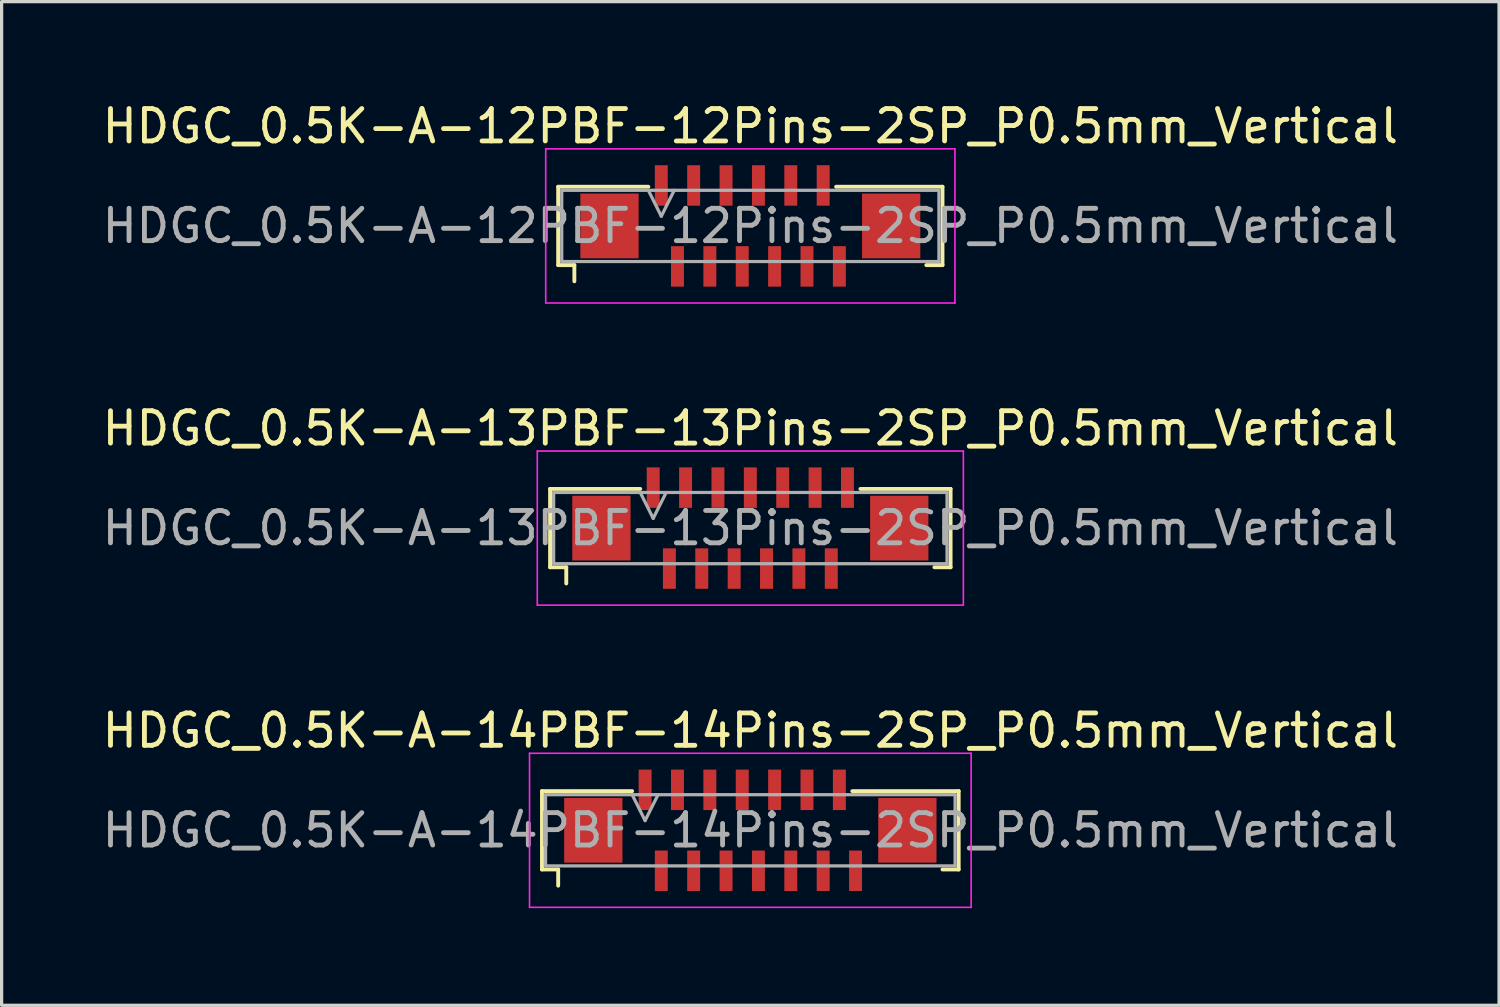
<source format=kicad_pcb>
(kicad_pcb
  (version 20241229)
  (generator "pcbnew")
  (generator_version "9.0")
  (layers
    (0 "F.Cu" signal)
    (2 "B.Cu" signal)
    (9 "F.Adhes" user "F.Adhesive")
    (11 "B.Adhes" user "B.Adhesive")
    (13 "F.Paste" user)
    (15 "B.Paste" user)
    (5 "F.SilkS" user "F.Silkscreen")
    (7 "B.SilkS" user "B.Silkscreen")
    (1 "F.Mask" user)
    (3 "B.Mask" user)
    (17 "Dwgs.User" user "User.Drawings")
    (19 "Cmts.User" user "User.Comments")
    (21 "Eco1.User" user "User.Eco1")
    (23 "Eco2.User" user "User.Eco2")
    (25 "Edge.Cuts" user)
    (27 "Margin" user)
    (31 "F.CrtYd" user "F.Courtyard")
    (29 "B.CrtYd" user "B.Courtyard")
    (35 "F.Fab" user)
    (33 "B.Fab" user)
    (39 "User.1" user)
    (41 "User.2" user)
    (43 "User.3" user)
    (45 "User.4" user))
  (footprint "HDGC_0.5K-A-14PBF-14Pins-2SP_P0.5mm_Vertical"
    (layer "F.Cu")
    (at 20.125 22.595)
    (property "Reference" "HDGC_0.5K-A-14PBF-14Pins-2SP_P0.5mm_Vertical" (at 0 -3.08 0) (layer "F.SilkS") (effects (font (size 1 1) (thickness 0.15))))
    (attr smd)
    (fp_line (start -6.435 -1.21) (end -3.65 -1.21) (stroke (width 0.12) (type solid)) (layer "F.SilkS"))
    (fp_line (start -6.435 1.21) (end -6.435 -1.21) (stroke (width 0.12) (type solid)) (layer "F.SilkS"))
    (fp_line (start -5.935 1.21) (end -6.435 1.21) (stroke (width 0.12) (type solid)) (layer "F.SilkS"))
    (fp_line (start -5.935 1.71) (end -5.935 1.21) (stroke (width 0.12) (type solid)) (layer "F.SilkS"))
    (fp_line (start 5.935 1.21) (end 6.435 1.21) (stroke (width 0.12) (type solid)) (layer "F.SilkS"))
    (fp_line (start 6.435 -1.21) (end 3.15 -1.21) (stroke (width 0.12) (type solid)) (layer "F.SilkS"))
    (fp_line (start 6.435 1.21) (end 6.435 -1.21) (stroke (width 0.12) (type solid)) (layer "F.SilkS"))
    (fp_line (start -6.82 -2.38) (end 6.82 -2.38) (stroke (width 0.05) (type solid)) (layer "F.CrtYd"))
    (fp_line (start -6.82 2.38) (end -6.82 -2.38) (stroke (width 0.05) (type solid)) (layer "F.CrtYd"))
    (fp_line (start 6.82 -2.38) (end 6.82 2.38) (stroke (width 0.05) (type solid)) (layer "F.CrtYd"))
    (fp_line (start 6.82 2.38) (end -6.82 2.38) (stroke (width 0.05) (type solid)) (layer "F.CrtYd"))
    (fp_line (start -6.325 -1.1) (end -6.325 1.1) (stroke (width 0.1) (type solid)) (layer "F.Fab"))
    (fp_line (start -6.325 1.1) (end 6.325 1.1) (stroke (width 0.1) (type solid)) (layer "F.Fab"))
    (fp_line (start -3.65 -1.1) (end -3.25 -0.3) (stroke (width 0.1) (type solid)) (layer "F.Fab"))
    (fp_line (start -3.25 -0.3) (end -2.85 -1.1) (stroke (width 0.1) (type solid)) (layer "F.Fab"))
    (fp_line (start 6.325 -1.1) (end -6.325 -1.1) (stroke (width 0.1) (type solid)) (layer "F.Fab"))
    (fp_line (start 6.325 1.1) (end 6.325 -1.1) (stroke (width 0.1) (type solid)) (layer "F.Fab"))
    (fp_text user "${REFERENCE}" (at 0 0 0) (layer "F.Fab") (effects (font (size 1 1) (thickness 0.15))))
    (pad "1" smd rect (at -3.25 -1.25) (size 0.4 1.25) (layers "F.Cu" "F.Mask" "F.Paste"))
    (pad "2" smd rect (at -2.75 1.25) (size 0.4 1.25) (layers "F.Cu" "F.Mask" "F.Paste"))
    (pad "3" smd rect (at -2.25 -1.25) (size 0.4 1.25) (layers "F.Cu" "F.Mask" "F.Paste"))
    (pad "4" smd rect (at -1.75 1.25) (size 0.4 1.25) (layers "F.Cu" "F.Mask" "F.Paste"))
    (pad "5" smd rect (at -1.25 -1.25) (size 0.4 1.25) (layers "F.Cu" "F.Mask" "F.Paste"))
    (pad "6" smd rect (at -0.75 1.25) (size 0.4 1.25) (layers "F.Cu" "F.Mask" "F.Paste"))
    (pad "7" smd rect (at -0.25 -1.25) (size 0.4 1.25) (layers "F.Cu" "F.Mask" "F.Paste"))
    (pad "8" smd rect (at 0.25 1.25) (size 0.4 1.25) (layers "F.Cu" "F.Mask" "F.Paste"))
    (pad "9" smd rect (at 0.75 -1.25) (size 0.4 1.25) (layers "F.Cu" "F.Mask" "F.Paste"))
    (pad "10" smd rect (at 1.25 1.25) (size 0.4 1.25) (layers "F.Cu" "F.Mask" "F.Paste"))
    (pad "11" smd rect (at 1.75 -1.25) (size 0.4 1.25) (layers "F.Cu" "F.Mask" "F.Paste"))
    (pad "12" smd rect (at 2.25 1.25) (size 0.4 1.25) (layers "F.Cu" "F.Mask" "F.Paste"))
    (pad "13" smd rect (at 2.75 -1.25) (size 0.4 1.25) (layers "F.Cu" "F.Mask" "F.Paste"))
    (pad "14" smd rect (at 3.25 1.25) (size 0.4 1.25) (layers "F.Cu" "F.Mask" "F.Paste"))
    (pad "MP" smd rect (at -4.85 0) (size 1.8 2) (layers "F.Cu" "F.Mask" "F.Paste"))
    (pad "MP" smd rect (at 4.85 0) (size 1.8 2) (layers "F.Cu" "F.Mask" "F.Paste")))
  (footprint "HDGC_0.5K-A-13PBF-13Pins-2SP_P0.5mm_Vertical"
    (layer "F.Cu")
    (at 20.125 13.261)
    (property "Reference" "HDGC_0.5K-A-13PBF-13Pins-2SP_P0.5mm_Vertical" (at 0 -3.08 0) (layer "F.SilkS") (effects (font (size 1 1) (thickness 0.15))))
    (attr smd)
    (fp_line (start -6.185 -1.21) (end -3.4 -1.21) (stroke (width 0.12) (type solid)) (layer "F.SilkS"))
    (fp_line (start -6.185 1.21) (end -6.185 -1.21) (stroke (width 0.12) (type solid)) (layer "F.SilkS"))
    (fp_line (start -5.685 1.21) (end -6.185 1.21) (stroke (width 0.12) (type solid)) (layer "F.SilkS"))
    (fp_line (start -5.685 1.71) (end -5.685 1.21) (stroke (width 0.12) (type solid)) (layer "F.SilkS"))
    (fp_line (start 5.685 1.21) (end 6.185 1.21) (stroke (width 0.12) (type solid)) (layer "F.SilkS"))
    (fp_line (start 6.185 -1.21) (end 3.4 -1.21) (stroke (width 0.12) (type solid)) (layer "F.SilkS"))
    (fp_line (start 6.185 1.21) (end 6.185 -1.21) (stroke (width 0.12) (type solid)) (layer "F.SilkS"))
    (fp_line (start -6.58 -2.38) (end 6.58 -2.38) (stroke (width 0.05) (type solid)) (layer "F.CrtYd"))
    (fp_line (start -6.58 2.38) (end -6.58 -2.38) (stroke (width 0.05) (type solid)) (layer "F.CrtYd"))
    (fp_line (start 6.58 -2.38) (end 6.58 2.38) (stroke (width 0.05) (type solid)) (layer "F.CrtYd"))
    (fp_line (start 6.58 2.38) (end -6.58 2.38) (stroke (width 0.05) (type solid)) (layer "F.CrtYd"))
    (fp_line (start -6.075 -1.1) (end -6.075 1.1) (stroke (width 0.1) (type solid)) (layer "F.Fab"))
    (fp_line (start -6.075 1.1) (end 6.075 1.1) (stroke (width 0.1) (type solid)) (layer "F.Fab"))
    (fp_line (start -3.4 -1.1) (end -3 -0.3) (stroke (width 0.1) (type solid)) (layer "F.Fab"))
    (fp_line (start -3 -0.3) (end -2.6 -1.1) (stroke (width 0.1) (type solid)) (layer "F.Fab"))
    (fp_line (start 6.075 -1.1) (end -6.075 -1.1) (stroke (width 0.1) (type solid)) (layer "F.Fab"))
    (fp_line (start 6.075 1.1) (end 6.075 -1.1) (stroke (width 0.1) (type solid)) (layer "F.Fab"))
    (fp_text user "${REFERENCE}" (at 0 0 0) (layer "F.Fab") (effects (font (size 1 1) (thickness 0.15))))
    (pad "1" smd rect (at -3 -1.25) (size 0.4 1.25) (layers "F.Cu" "F.Mask" "F.Paste"))
    (pad "2" smd rect (at -2.5 1.25) (size 0.4 1.25) (layers "F.Cu" "F.Mask" "F.Paste"))
    (pad "3" smd rect (at -2 -1.25) (size 0.4 1.25) (layers "F.Cu" "F.Mask" "F.Paste"))
    (pad "4" smd rect (at -1.5 1.25) (size 0.4 1.25) (layers "F.Cu" "F.Mask" "F.Paste"))
    (pad "5" smd rect (at -1 -1.25) (size 0.4 1.25) (layers "F.Cu" "F.Mask" "F.Paste"))
    (pad "6" smd rect (at -0.5 1.25) (size 0.4 1.25) (layers "F.Cu" "F.Mask" "F.Paste"))
    (pad "7" smd rect (at 0 -1.25) (size 0.4 1.25) (layers "F.Cu" "F.Mask" "F.Paste"))
    (pad "8" smd rect (at 0.5 1.25) (size 0.4 1.25) (layers "F.Cu" "F.Mask" "F.Paste"))
    (pad "9" smd rect (at 1 -1.25) (size 0.4 1.25) (layers "F.Cu" "F.Mask" "F.Paste"))
    (pad "10" smd rect (at 1.5 1.25) (size 0.4 1.25) (layers "F.Cu" "F.Mask" "F.Paste"))
    (pad "11" smd rect (at 2 -1.25) (size 0.4 1.25) (layers "F.Cu" "F.Mask" "F.Paste"))
    (pad "12" smd rect (at 2.5 1.25) (size 0.4 1.25) (layers "F.Cu" "F.Mask" "F.Paste"))
    (pad "13" smd rect (at 3 -1.25) (size 0.4 1.25) (layers "F.Cu" "F.Mask" "F.Paste"))
    (pad "MP" smd rect (at -4.6 0) (size 1.8 2) (layers "F.Cu" "F.Mask" "F.Paste"))
    (pad "MP" smd rect (at 4.6 0) (size 1.8 2) (layers "F.Cu" "F.Mask" "F.Paste")))
  (footprint "HDGC_0.5K-A-12PBF-12Pins-2SP_P0.5mm_Vertical"
    (layer "F.Cu")
    (at 20.125 3.928)
    (property "Reference" "HDGC_0.5K-A-12PBF-12Pins-2SP_P0.5mm_Vertical" (at 0 -3.08 0) (layer "F.SilkS") (effects (font (size 1 1) (thickness 0.15))))
    (attr smd)
    (fp_line (start -5.935 -1.21) (end -3.15 -1.21) (stroke (width 0.12) (type solid)) (layer "F.SilkS"))
    (fp_line (start -5.935 1.21) (end -5.935 -1.21) (stroke (width 0.12) (type solid)) (layer "F.SilkS"))
    (fp_line (start -5.435 1.21) (end -5.935 1.21) (stroke (width 0.12) (type solid)) (layer "F.SilkS"))
    (fp_line (start -5.435 1.71) (end -5.435 1.21) (stroke (width 0.12) (type solid)) (layer "F.SilkS"))
    (fp_line (start 5.435 1.21) (end 5.935 1.21) (stroke (width 0.12) (type solid)) (layer "F.SilkS"))
    (fp_line (start 5.935 -1.21) (end 2.65 -1.21) (stroke (width 0.12) (type solid)) (layer "F.SilkS"))
    (fp_line (start 5.935 1.21) (end 5.935 -1.21) (stroke (width 0.12) (type solid)) (layer "F.SilkS"))
    (fp_line (start -6.32 -2.38) (end 6.32 -2.38) (stroke (width 0.05) (type solid)) (layer "F.CrtYd"))
    (fp_line (start -6.32 2.38) (end -6.32 -2.38) (stroke (width 0.05) (type solid)) (layer "F.CrtYd"))
    (fp_line (start 6.32 -2.38) (end 6.32 2.38) (stroke (width 0.05) (type solid)) (layer "F.CrtYd"))
    (fp_line (start 6.32 2.38) (end -6.32 2.38) (stroke (width 0.05) (type solid)) (layer "F.CrtYd"))
    (fp_line (start -5.825 -1.1) (end -5.825 1.1) (stroke (width 0.1) (type solid)) (layer "F.Fab"))
    (fp_line (start -5.825 1.1) (end 5.825 1.1) (stroke (width 0.1) (type solid)) (layer "F.Fab"))
    (fp_line (start -3.15 -1.1) (end -2.75 -0.3) (stroke (width 0.1) (type solid)) (layer "F.Fab"))
    (fp_line (start -2.75 -0.3) (end -2.35 -1.1) (stroke (width 0.1) (type solid)) (layer "F.Fab"))
    (fp_line (start 5.825 -1.1) (end -5.825 -1.1) (stroke (width 0.1) (type solid)) (layer "F.Fab"))
    (fp_line (start 5.825 1.1) (end 5.825 -1.1) (stroke (width 0.1) (type solid)) (layer "F.Fab"))
    (fp_text user "${REFERENCE}" (at 0 0 0) (layer "F.Fab") (effects (font (size 1 1) (thickness 0.15))))
    (pad "1" smd rect (at -2.75 -1.25) (size 0.4 1.25) (layers "F.Cu" "F.Mask" "F.Paste"))
    (pad "2" smd rect (at -2.25 1.25) (size 0.4 1.25) (layers "F.Cu" "F.Mask" "F.Paste"))
    (pad "3" smd rect (at -1.75 -1.25) (size 0.4 1.25) (layers "F.Cu" "F.Mask" "F.Paste"))
    (pad "4" smd rect (at -1.25 1.25) (size 0.4 1.25) (layers "F.Cu" "F.Mask" "F.Paste"))
    (pad "5" smd rect (at -0.75 -1.25) (size 0.4 1.25) (layers "F.Cu" "F.Mask" "F.Paste"))
    (pad "6" smd rect (at -0.25 1.25) (size 0.4 1.25) (layers "F.Cu" "F.Mask" "F.Paste"))
    (pad "7" smd rect (at 0.25 -1.25) (size 0.4 1.25) (layers "F.Cu" "F.Mask" "F.Paste"))
    (pad "8" smd rect (at 0.75 1.25) (size 0.4 1.25) (layers "F.Cu" "F.Mask" "F.Paste"))
    (pad "9" smd rect (at 1.25 -1.25) (size 0.4 1.25) (layers "F.Cu" "F.Mask" "F.Paste"))
    (pad "10" smd rect (at 1.75 1.25) (size 0.4 1.25) (layers "F.Cu" "F.Mask" "F.Paste"))
    (pad "11" smd rect (at 2.25 -1.25) (size 0.4 1.25) (layers "F.Cu" "F.Mask" "F.Paste"))
    (pad "12" smd rect (at 2.75 1.25) (size 0.4 1.25) (layers "F.Cu" "F.Mask" "F.Paste"))
    (pad "MP" smd rect (at -4.35 0) (size 1.8 2) (layers "F.Cu" "F.Mask" "F.Paste"))
    (pad "MP" smd rect (at 4.35 0) (size 1.8 2) (layers "F.Cu" "F.Mask" "F.Paste")))
  (gr_rect
    (start -3 -3)
    (end 43.25 28)
    (stroke (width 0.1) (type default))
    (fill no)
    (layer "Edge.Cuts")))
</source>
